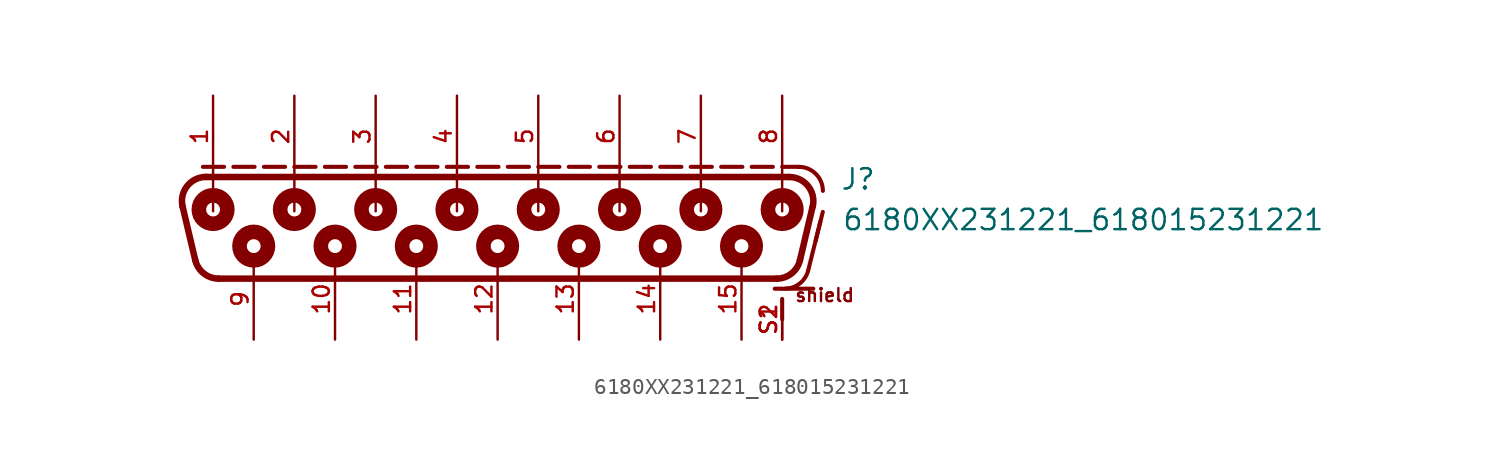
<source format=kicad_sym>
(kicad_symbol_lib
  (version 20211014)
  (generator kicad_symbol_editor)
  (symbol "6180XX231221_618015231221"
    (pin_names
      (offset 1.016))
    (property "Reference" "J"
      (at 21.4 1.66 0)
      (effects (font (size 1.27 1.27)) (justify bottom left)))
    (property "Value" "6180XX231221_618015231221"
      (at 21.5 -0.88 0)
      (effects (font (size 1.27 1.27)) (justify bottom left)))
    (symbol "6180XX231221_618015231221_0_0"
      (polyline (pts (xy -18.224 2.54) (xy 18.224 2.54)) (stroke (width 0.406)))
      (arc (start 19.6842 0.695166) (mid 19.3983 1.9738) (end 18.2244 2.54) (stroke (width 0.4064) (type default) (color 0 0 0 0)) (fill (type none)))
      (polyline (pts (xy 19.684 0.695) (xy 18.893 -2.655)) (stroke (width 0.406)))
      (arc (start 17.4331 -3.81) (mid 18.3609 -3.4886) (end 18.8929 -2.65484) (stroke (width 0.4064) (type default) (color 0 0 0 0)) (fill (type none)))
      (polyline (pts (xy 17.433 -3.81) (xy -17.433 -3.81)) (stroke (width 0.406)))
      (arc (start -19.6842 0.695166) (mid -19.3983 1.9738) (end -18.2244 2.54) (stroke (width 0.4064) (type default) (color 0 0 0 0)) (fill (type none)))
      (arc (start -18.8929 -2.65484) (mid -18.3669 -3.4839) (end -17.4331 -3.81) (stroke (width 0.4064) (type default) (color 0 0 0 0)) (fill (type none)))
      (polyline (pts (xy -18.893 -2.655) (xy -19.684 0.695)) (stroke (width 0.406)))
      (arc (start 20.32 1.675) (mid 19.8807 2.7357) (end 18.82 3.175) (stroke (width 0.254) (type default) (color 0 0 0 0)) (fill (type none)))
      (arc (start 19.4041 -3.3038) (mid 18.8723 -4.122) (end 17.9488 -4.44) (stroke (width 0.254) (type default) (color 0 0 0 0)) (fill (type none)))
      (polyline (pts (xy -17.78 2.58) (xy -17.78 0.4)) (stroke (width 0.152)))
      (polyline (pts (xy 2.54 2.58) (xy 2.54 0.4)) (stroke (width 0.152)))
      (polyline (pts (xy 7.62 2.58) (xy 7.62 0.4)) (stroke (width 0.152)))
      (polyline (pts (xy 12.7 2.58) (xy 12.7 0.4)) (stroke (width 0.152)))
      (polyline (pts (xy 17.78 2.58) (xy 17.78 0.4)) (stroke (width 0.152)))
      (polyline (pts (xy -12.7 2.58) (xy -12.7 0.4)) (stroke (width 0.152)))
      (polyline (pts (xy -7.62 2.58) (xy -7.62 0.4)) (stroke (width 0.152)))
      (polyline (pts (xy -2.54 2.58) (xy -2.54 0.4)) (stroke (width 0.152)))
      (text "shield" (at 18.52 -5.32 0) (effects (font (size 0.813 0.813)) (justify bottom left)))
      (circle (center 17.78 0.508) (radius 0.762) (stroke (width 0.254)) (fill (type none)))
      (circle (center 12.7 0.508) (radius 0.762) (stroke (width 0.254)) (fill (type none)))
      (circle (center 7.62 0.508) (radius 0.762) (stroke (width 0.254)) (fill (type none)))
      (circle (center 2.54 0.508) (radius 0.762) (stroke (width 0.254)) (fill (type none)))
      (circle (center -17.78 0.508) (radius 0.762) (stroke (width 0.254)) (fill (type none)))
      (circle (center 15.24 -1.778) (radius 0.762) (stroke (width 0.254)) (fill (type none)))
      (circle (center 10.16 -1.778) (radius 0.762) (stroke (width 0.254)) (fill (type none)))
      (circle (center 5.08 -1.778) (radius 0.762) (stroke (width 0.254)) (fill (type none)))
      (circle (center 0.0 -1.778) (radius 0.762) (stroke (width 0.254)) (fill (type none)))
      (circle (center 17.78 0.508) (radius 0.432) (stroke (width 0.914)) (fill (type none)))
      (circle (center 12.7 0.508) (radius 0.432) (stroke (width 0.914)) (fill (type none)))
      (circle (center 7.62 0.508) (radius 0.432) (stroke (width 0.914)) (fill (type none)))
      (circle (center 2.54 0.508) (radius 0.432) (stroke (width 0.914)) (fill (type none)))
      (circle (center -17.78 0.508) (radius 0.432) (stroke (width 0.914)) (fill (type none)))
      (circle (center 0.0 -1.778) (radius 0.432) (stroke (width 0.914)) (fill (type none)))
      (circle (center 5.08 -1.778) (radius 0.432) (stroke (width 0.914)) (fill (type none)))
      (circle (center 10.16 -1.778) (radius 0.432) (stroke (width 0.914)) (fill (type none)))
      (circle (center 15.24 -1.778) (radius 0.432) (stroke (width 0.914)) (fill (type none)))
      (circle (center -2.54 0.508) (radius 0.762) (stroke (width 0.254)) (fill (type none)))
      (circle (center -7.62 0.508) (radius 0.762) (stroke (width 0.254)) (fill (type none)))
      (circle (center -12.7 0.508) (radius 0.762) (stroke (width 0.254)) (fill (type none)))
      (circle (center -5.08 -1.778) (radius 0.762) (stroke (width 0.254)) (fill (type none)))
      (circle (center -10.16 -1.778) (radius 0.762) (stroke (width 0.254)) (fill (type none)))
      (circle (center -15.24 -1.778) (radius 0.762) (stroke (width 0.254)) (fill (type none)))
      (circle (center -2.54 0.508) (radius 0.432) (stroke (width 0.914)) (fill (type none)))
      (circle (center -7.62 0.508) (radius 0.432) (stroke (width 0.914)) (fill (type none)))
      (circle (center -12.7 0.508) (radius 0.432) (stroke (width 0.914)) (fill (type none)))
      (circle (center -15.24 -1.778) (radius 0.432) (stroke (width 0.914)) (fill (type none)))
      (circle (center -10.16 -1.778) (radius 0.432) (stroke (width 0.914)) (fill (type none)))
      (circle (center -5.08 -1.778) (radius 0.432) (stroke (width 0.914)) (fill (type none)))
      (polyline (pts (xy -18.415 3.175) (xy -17.09 3.175)) (stroke (width 0.254)))
      (polyline (pts (xy -16.51 3.175) (xy -15.185 3.175)) (stroke (width 0.254)))
      (polyline (pts (xy -14.605 3.175) (xy -13.28 3.175)) (stroke (width 0.254)))
      (polyline (pts (xy -12.7 3.175) (xy -11.375 3.175)) (stroke (width 0.254)))
      (polyline (pts (xy -10.795 3.175) (xy -9.47 3.175)) (stroke (width 0.254)))
      (polyline (pts (xy -8.89 3.175) (xy -7.565 3.175)) (stroke (width 0.254)))
      (polyline (pts (xy -6.985 3.175) (xy -5.66 3.175)) (stroke (width 0.254)))
      (polyline (pts (xy -5.08 3.175) (xy -3.755 3.175)) (stroke (width 0.254)))
      (polyline (pts (xy -3.175 3.175) (xy -1.85 3.175)) (stroke (width 0.254)))
      (polyline (pts (xy -1.27 3.175) (xy 0.055 3.175)) (stroke (width 0.254)))
      (polyline (pts (xy 0.635 3.175) (xy 1.96 3.175)) (stroke (width 0.254)))
      (polyline (pts (xy 2.54 3.175) (xy 3.865 3.175)) (stroke (width 0.254)))
      (polyline (pts (xy 4.445 3.175) (xy 5.77 3.175)) (stroke (width 0.254)))
      (polyline (pts (xy 6.35 3.175) (xy 7.675 3.175)) (stroke (width 0.254)))
      (polyline (pts (xy 8.255 3.175) (xy 9.58 3.175)) (stroke (width 0.254)))
      (polyline (pts (xy 10.16 3.175) (xy 11.485 3.175)) (stroke (width 0.254)))
      (polyline (pts (xy 12.065 3.175) (xy 13.39 3.175)) (stroke (width 0.254)))
      (polyline (pts (xy 13.97 3.175) (xy 15.295 3.175)) (stroke (width 0.254)))
      (polyline (pts (xy 15.875 3.175) (xy 17.2 3.175)) (stroke (width 0.254)))
      (polyline (pts (xy 17.78 3.175) (xy 18.82 3.175)) (stroke (width 0.254)))
      (polyline (pts (xy 17.78 -4.445) (xy 17.78 -4.445)) (stroke (width 0.254)))
      (polyline (pts (xy 17.78 -6.35) (xy 17.78 -5.08)) (stroke (width 0.254)))
      (polyline (pts (xy 17.82 -4.44) (xy 17.314 -4.44)) (stroke (width 0.254)))
      (polyline (pts (xy 19.725 -4.44) (xy 17.949 -4.44)) (stroke (width 0.254)))
      (polyline (pts (xy 19.404 -3.304) (xy 20.166 -0.256)) (stroke (width 0.254)))
      (polyline (pts (xy 19.866 -1.456) (xy 20.32 0.36)) (stroke (width 0.254)))
      (pin bidirectional line (at -17.78 7.62 270.0) (length 5.08) (name "~" (effects (font (size 1.016 1.016)))) (number "1" (effects (font (size 1.016 1.016)))))
      (pin bidirectional line (at -12.7 7.62 270.0) (length 5.08) (name "~" (effects (font (size 1.016 1.016)))) (number "2" (effects (font (size 1.016 1.016)))))
      (pin bidirectional line (at -7.62 7.62 270.0) (length 5.08) (name "~" (effects (font (size 1.016 1.016)))) (number "3" (effects (font (size 1.016 1.016)))))
      (pin bidirectional line (at -2.54 7.62 270.0) (length 5.08) (name "~" (effects (font (size 1.016 1.016)))) (number "4" (effects (font (size 1.016 1.016)))))
      (pin bidirectional line (at 2.54 7.62 270.0) (length 5.08) (name "~" (effects (font (size 1.016 1.016)))) (number "5" (effects (font (size 1.016 1.016)))))
      (pin bidirectional line (at 7.62 7.62 270.0) (length 5.08) (name "~" (effects (font (size 1.016 1.016)))) (number "6" (effects (font (size 1.016 1.016)))))
      (pin bidirectional line (at 12.7 7.62 270.0) (length 5.08) (name "~" (effects (font (size 1.016 1.016)))) (number "7" (effects (font (size 1.016 1.016)))))
      (pin bidirectional line (at 17.78 7.62 270.0) (length 5.08) (name "~" (effects (font (size 1.016 1.016)))) (number "8" (effects (font (size 1.016 1.016)))))
      (pin bidirectional line (at -15.24 -7.62 90.0) (length 5.08) (name "~" (effects (font (size 1.016 1.016)))) (number "9" (effects (font (size 1.016 1.016)))))
      (pin bidirectional line (at -10.16 -7.62 90.0) (length 5.08) (name "~" (effects (font (size 1.016 1.016)))) (number "10" (effects (font (size 1.016 1.016)))))
      (pin bidirectional line (at -5.08 -7.62 90.0) (length 5.08) (name "~" (effects (font (size 1.016 1.016)))) (number "11" (effects (font (size 1.016 1.016)))))
      (pin bidirectional line (at 0.0 -7.62 90.0) (length 5.08) (name "~" (effects (font (size 1.016 1.016)))) (number "12" (effects (font (size 1.016 1.016)))))
      (pin bidirectional line (at 5.08 -7.62 90.0) (length 5.08) (name "~" (effects (font (size 1.016 1.016)))) (number "13" (effects (font (size 1.016 1.016)))))
      (pin bidirectional line (at 10.16 -7.62 90.0) (length 5.08) (name "~" (effects (font (size 1.016 1.016)))) (number "14" (effects (font (size 1.016 1.016)))))
      (pin bidirectional line (at 15.24 -7.62 90.0) (length 5.08) (name "~" (effects (font (size 1.016 1.016)))) (number "15" (effects (font (size 1.016 1.016)))))
      (pin bidirectional line (at 17.78 -7.62 90.0) (length 2.54) (name "~" (effects (font (size 1.016 1.016)))) (number "S1" (effects (font (size 1.016 1.016)))))
      (pin bidirectional line (at 17.78 -7.62 90.0) (length 2.54) (name "~" (effects (font (size 1.016 1.016)))) (number "S2" (effects (font (size 1.016 1.016))))))))
</source>
